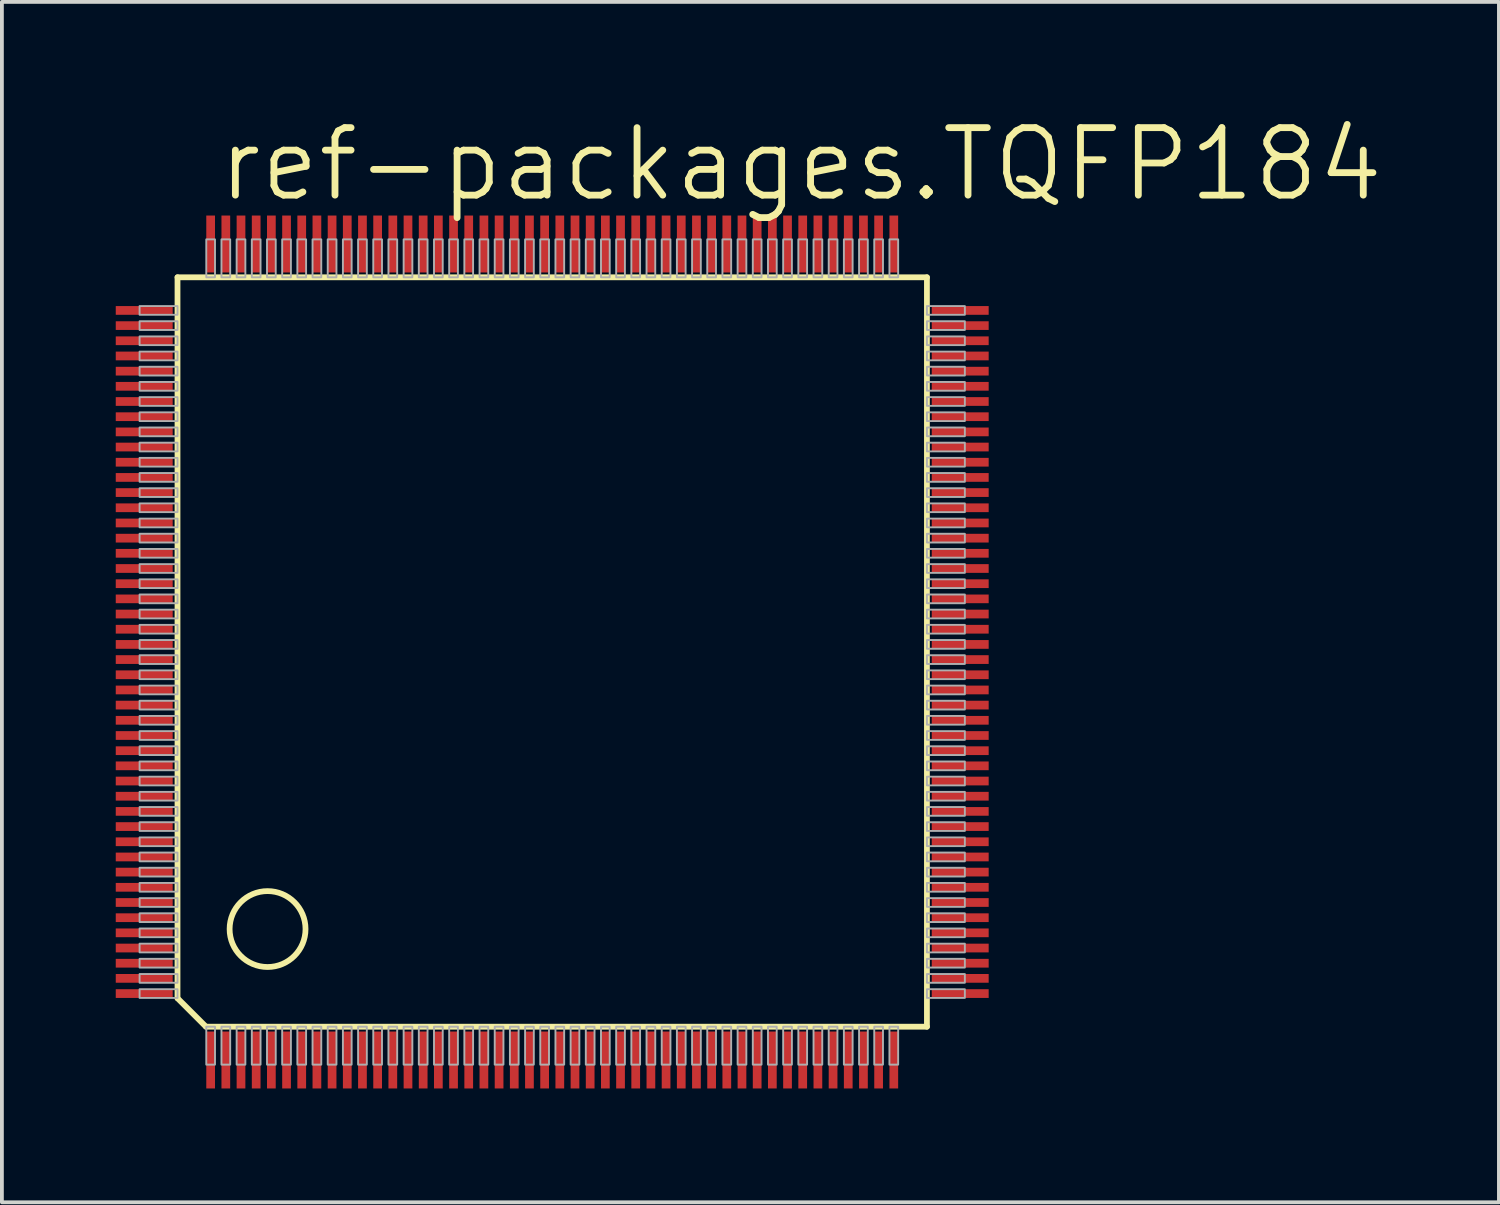
<source format=kicad_pcb>
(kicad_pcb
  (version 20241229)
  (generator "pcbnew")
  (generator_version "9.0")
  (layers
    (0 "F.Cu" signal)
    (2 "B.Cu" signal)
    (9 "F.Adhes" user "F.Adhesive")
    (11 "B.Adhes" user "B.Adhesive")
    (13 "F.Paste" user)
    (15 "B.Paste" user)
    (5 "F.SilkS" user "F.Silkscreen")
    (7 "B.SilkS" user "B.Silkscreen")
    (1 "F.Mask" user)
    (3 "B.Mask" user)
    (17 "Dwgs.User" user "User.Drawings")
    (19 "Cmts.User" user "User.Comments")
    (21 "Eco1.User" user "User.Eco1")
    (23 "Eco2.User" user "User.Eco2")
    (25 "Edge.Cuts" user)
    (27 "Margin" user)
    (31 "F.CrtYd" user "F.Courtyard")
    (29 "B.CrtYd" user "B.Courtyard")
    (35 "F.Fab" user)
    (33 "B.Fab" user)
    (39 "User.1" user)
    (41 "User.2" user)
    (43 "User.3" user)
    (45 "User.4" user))
  (footprint "ref-packages.TQFP184"
    (layer "F.Cu")
    (at 11.5 14.129)
    (property "Reference" "ref-packages.TQFP184" (at -8.89 -11.811 0) (layer "F.SilkS") (effects (font (size 1.778 1.778) (thickness 0.18)) (justify left bottom)))
    (attr smd)
    (fp_line (start -9.873 -9.873) (end 9.873 -9.873) (stroke (width 0.152) (type default)) (layer "F.SilkS"))
    (fp_line (start -9.873 9.123) (end -9.873 -9.873) (stroke (width 0.152) (type default)) (layer "F.SilkS"))
    (fp_line (start -9.123 9.873) (end -9.873 9.123) (stroke (width 0.152) (type default)) (layer "F.SilkS"))
    (fp_line (start 9.873 -9.873) (end 9.873 9.873) (stroke (width 0.152) (type default)) (layer "F.SilkS"))
    (fp_line (start 9.873 9.873) (end -9.123 9.873) (stroke (width 0.152) (type default)) (layer "F.SilkS"))
    (fp_circle (center -7.5 7.3) (end -6.5 7.3) (stroke (width 0.152) (type default)) (fill no) (layer "F.SilkS"))
    (fp_rect (start -10.872 -8.885) (end -9.873 -9.115) (stroke (width 0.05) (type default)) (fill no) (layer "F.Fab"))
    (fp_rect (start -10.872 -8.485) (end -9.873 -8.715) (stroke (width 0.05) (type default)) (fill no) (layer "F.Fab"))
    (fp_rect (start -10.872 -8.085) (end -9.873 -8.315) (stroke (width 0.05) (type default)) (fill no) (layer "F.Fab"))
    (fp_rect (start -10.872 -7.685) (end -9.873 -7.915) (stroke (width 0.05) (type default)) (fill no) (layer "F.Fab"))
    (fp_rect (start -10.872 -7.285) (end -9.873 -7.515) (stroke (width 0.05) (type default)) (fill no) (layer "F.Fab"))
    (fp_rect (start -10.872 -6.885) (end -9.873 -7.115) (stroke (width 0.05) (type default)) (fill no) (layer "F.Fab"))
    (fp_rect (start -10.872 -6.485) (end -9.873 -6.715) (stroke (width 0.05) (type default)) (fill no) (layer "F.Fab"))
    (fp_rect (start -10.872 -6.085) (end -9.873 -6.315) (stroke (width 0.05) (type default)) (fill no) (layer "F.Fab"))
    (fp_rect (start -10.872 -5.685) (end -9.873 -5.915) (stroke (width 0.05) (type default)) (fill no) (layer "F.Fab"))
    (fp_rect (start -10.872 -5.285) (end -9.873 -5.515) (stroke (width 0.05) (type default)) (fill no) (layer "F.Fab"))
    (fp_rect (start -10.872 -4.885) (end -9.873 -5.115) (stroke (width 0.05) (type default)) (fill no) (layer "F.Fab"))
    (fp_rect (start -10.872 -4.485) (end -9.873 -4.715) (stroke (width 0.05) (type default)) (fill no) (layer "F.Fab"))
    (fp_rect (start -10.872 -4.085) (end -9.873 -4.315) (stroke (width 0.05) (type default)) (fill no) (layer "F.Fab"))
    (fp_rect (start -10.872 -3.685) (end -9.873 -3.915) (stroke (width 0.05) (type default)) (fill no) (layer "F.Fab"))
    (fp_rect (start -10.872 -3.285) (end -9.873 -3.515) (stroke (width 0.05) (type default)) (fill no) (layer "F.Fab"))
    (fp_rect (start -10.872 -2.885) (end -9.873 -3.115) (stroke (width 0.05) (type default)) (fill no) (layer "F.Fab"))
    (fp_rect (start -10.872 -2.485) (end -9.873 -2.715) (stroke (width 0.05) (type default)) (fill no) (layer "F.Fab"))
    (fp_rect (start -10.872 -2.085) (end -9.873 -2.315) (stroke (width 0.05) (type default)) (fill no) (layer "F.Fab"))
    (fp_rect (start -10.872 -1.685) (end -9.873 -1.915) (stroke (width 0.05) (type default)) (fill no) (layer "F.Fab"))
    (fp_rect (start -10.872 -1.285) (end -9.873 -1.515) (stroke (width 0.05) (type default)) (fill no) (layer "F.Fab"))
    (fp_rect (start -10.872 -0.885) (end -9.873 -1.115) (stroke (width 0.05) (type default)) (fill no) (layer "F.Fab"))
    (fp_rect (start -10.872 -0.485) (end -9.873 -0.715) (stroke (width 0.05) (type default)) (fill no) (layer "F.Fab"))
    (fp_rect (start -10.872 -0.085) (end -9.873 -0.315) (stroke (width 0.05) (type default)) (fill no) (layer "F.Fab"))
    (fp_rect (start -10.872 0.315) (end -9.873 0.085) (stroke (width 0.05) (type default)) (fill no) (layer "F.Fab"))
    (fp_rect (start -10.872 0.715) (end -9.873 0.485) (stroke (width 0.05) (type default)) (fill no) (layer "F.Fab"))
    (fp_rect (start -10.872 1.115) (end -9.873 0.885) (stroke (width 0.05) (type default)) (fill no) (layer "F.Fab"))
    (fp_rect (start -10.872 1.515) (end -9.873 1.285) (stroke (width 0.05) (type default)) (fill no) (layer "F.Fab"))
    (fp_rect (start -10.872 1.915) (end -9.873 1.685) (stroke (width 0.05) (type default)) (fill no) (layer "F.Fab"))
    (fp_rect (start -10.872 2.315) (end -9.873 2.085) (stroke (width 0.05) (type default)) (fill no) (layer "F.Fab"))
    (fp_rect (start -10.872 2.715) (end -9.873 2.485) (stroke (width 0.05) (type default)) (fill no) (layer "F.Fab"))
    (fp_rect (start -10.872 3.115) (end -9.873 2.885) (stroke (width 0.05) (type default)) (fill no) (layer "F.Fab"))
    (fp_rect (start -10.872 3.515) (end -9.873 3.285) (stroke (width 0.05) (type default)) (fill no) (layer "F.Fab"))
    (fp_rect (start -10.872 3.915) (end -9.873 3.685) (stroke (width 0.05) (type default)) (fill no) (layer "F.Fab"))
    (fp_rect (start -10.872 4.315) (end -9.873 4.085) (stroke (width 0.05) (type default)) (fill no) (layer "F.Fab"))
    (fp_rect (start -10.872 4.715) (end -9.873 4.485) (stroke (width 0.05) (type default)) (fill no) (layer "F.Fab"))
    (fp_rect (start -10.872 5.115) (end -9.873 4.885) (stroke (width 0.05) (type default)) (fill no) (layer "F.Fab"))
    (fp_rect (start -10.872 5.515) (end -9.873 5.285) (stroke (width 0.05) (type default)) (fill no) (layer "F.Fab"))
    (fp_rect (start -10.872 5.915) (end -9.873 5.685) (stroke (width 0.05) (type default)) (fill no) (layer "F.Fab"))
    (fp_rect (start -10.872 6.315) (end -9.873 6.085) (stroke (width 0.05) (type default)) (fill no) (layer "F.Fab"))
    (fp_rect (start -10.872 6.715) (end -9.873 6.485) (stroke (width 0.05) (type default)) (fill no) (layer "F.Fab"))
    (fp_rect (start -10.872 7.115) (end -9.873 6.885) (stroke (width 0.05) (type default)) (fill no) (layer "F.Fab"))
    (fp_rect (start -10.872 7.515) (end -9.873 7.285) (stroke (width 0.05) (type default)) (fill no) (layer "F.Fab"))
    (fp_rect (start -10.872 7.915) (end -9.873 7.685) (stroke (width 0.05) (type default)) (fill no) (layer "F.Fab"))
    (fp_rect (start -10.872 8.315) (end -9.873 8.085) (stroke (width 0.05) (type default)) (fill no) (layer "F.Fab"))
    (fp_rect (start -10.872 8.715) (end -9.873 8.485) (stroke (width 0.05) (type default)) (fill no) (layer "F.Fab"))
    (fp_rect (start -10.872 9.115) (end -9.873 8.885) (stroke (width 0.05) (type default)) (fill no) (layer "F.Fab"))
    (fp_rect (start -9.115 -9.873) (end -8.885 -10.872) (stroke (width 0.05) (type default)) (fill no) (layer "F.Fab"))
    (fp_rect (start -9.115 10.872) (end -8.885 9.873) (stroke (width 0.05) (type default)) (fill no) (layer "F.Fab"))
    (fp_rect (start -8.715 -9.873) (end -8.485 -10.872) (stroke (width 0.05) (type default)) (fill no) (layer "F.Fab"))
    (fp_rect (start -8.715 10.872) (end -8.485 9.873) (stroke (width 0.05) (type default)) (fill no) (layer "F.Fab"))
    (fp_rect (start -8.315 -9.873) (end -8.085 -10.872) (stroke (width 0.05) (type default)) (fill no) (layer "F.Fab"))
    (fp_rect (start -8.315 10.872) (end -8.085 9.873) (stroke (width 0.05) (type default)) (fill no) (layer "F.Fab"))
    (fp_rect (start -7.915 -9.873) (end -7.685 -10.872) (stroke (width 0.05) (type default)) (fill no) (layer "F.Fab"))
    (fp_rect (start -7.915 10.872) (end -7.685 9.873) (stroke (width 0.05) (type default)) (fill no) (layer "F.Fab"))
    (fp_rect (start -7.515 -9.873) (end -7.285 -10.872) (stroke (width 0.05) (type default)) (fill no) (layer "F.Fab"))
    (fp_rect (start -7.515 10.872) (end -7.285 9.873) (stroke (width 0.05) (type default)) (fill no) (layer "F.Fab"))
    (fp_rect (start -7.115 -9.873) (end -6.885 -10.872) (stroke (width 0.05) (type default)) (fill no) (layer "F.Fab"))
    (fp_rect (start -7.115 10.872) (end -6.885 9.873) (stroke (width 0.05) (type default)) (fill no) (layer "F.Fab"))
    (fp_rect (start -6.715 -9.873) (end -6.485 -10.872) (stroke (width 0.05) (type default)) (fill no) (layer "F.Fab"))
    (fp_rect (start -6.715 10.872) (end -6.485 9.873) (stroke (width 0.05) (type default)) (fill no) (layer "F.Fab"))
    (fp_rect (start -6.315 -9.873) (end -6.085 -10.872) (stroke (width 0.05) (type default)) (fill no) (layer "F.Fab"))
    (fp_rect (start -6.315 10.872) (end -6.085 9.873) (stroke (width 0.05) (type default)) (fill no) (layer "F.Fab"))
    (fp_rect (start -5.915 -9.873) (end -5.685 -10.872) (stroke (width 0.05) (type default)) (fill no) (layer "F.Fab"))
    (fp_rect (start -5.915 10.872) (end -5.685 9.873) (stroke (width 0.05) (type default)) (fill no) (layer "F.Fab"))
    (fp_rect (start -5.515 -9.873) (end -5.285 -10.872) (stroke (width 0.05) (type default)) (fill no) (layer "F.Fab"))
    (fp_rect (start -5.515 10.872) (end -5.285 9.873) (stroke (width 0.05) (type default)) (fill no) (layer "F.Fab"))
    (fp_rect (start -5.115 -9.873) (end -4.885 -10.872) (stroke (width 0.05) (type default)) (fill no) (layer "F.Fab"))
    (fp_rect (start -5.115 10.872) (end -4.885 9.873) (stroke (width 0.05) (type default)) (fill no) (layer "F.Fab"))
    (fp_rect (start -4.715 -9.873) (end -4.485 -10.872) (stroke (width 0.05) (type default)) (fill no) (layer "F.Fab"))
    (fp_rect (start -4.715 10.872) (end -4.485 9.873) (stroke (width 0.05) (type default)) (fill no) (layer "F.Fab"))
    (fp_rect (start -4.315 -9.873) (end -4.085 -10.872) (stroke (width 0.05) (type default)) (fill no) (layer "F.Fab"))
    (fp_rect (start -4.315 10.872) (end -4.085 9.873) (stroke (width 0.05) (type default)) (fill no) (layer "F.Fab"))
    (fp_rect (start -3.915 -9.873) (end -3.685 -10.872) (stroke (width 0.05) (type default)) (fill no) (layer "F.Fab"))
    (fp_rect (start -3.915 10.872) (end -3.685 9.873) (stroke (width 0.05) (type default)) (fill no) (layer "F.Fab"))
    (fp_rect (start -3.515 -9.873) (end -3.285 -10.872) (stroke (width 0.05) (type default)) (fill no) (layer "F.Fab"))
    (fp_rect (start -3.515 10.872) (end -3.285 9.873) (stroke (width 0.05) (type default)) (fill no) (layer "F.Fab"))
    (fp_rect (start -3.115 -9.873) (end -2.885 -10.872) (stroke (width 0.05) (type default)) (fill no) (layer "F.Fab"))
    (fp_rect (start -3.115 10.872) (end -2.885 9.873) (stroke (width 0.05) (type default)) (fill no) (layer "F.Fab"))
    (fp_rect (start -2.715 -9.873) (end -2.485 -10.872) (stroke (width 0.05) (type default)) (fill no) (layer "F.Fab"))
    (fp_rect (start -2.715 10.872) (end -2.485 9.873) (stroke (width 0.05) (type default)) (fill no) (layer "F.Fab"))
    (fp_rect (start -2.315 -9.873) (end -2.085 -10.872) (stroke (width 0.05) (type default)) (fill no) (layer "F.Fab"))
    (fp_rect (start -2.315 10.872) (end -2.085 9.873) (stroke (width 0.05) (type default)) (fill no) (layer "F.Fab"))
    (fp_rect (start -1.915 -9.873) (end -1.685 -10.872) (stroke (width 0.05) (type default)) (fill no) (layer "F.Fab"))
    (fp_rect (start -1.915 10.872) (end -1.685 9.873) (stroke (width 0.05) (type default)) (fill no) (layer "F.Fab"))
    (fp_rect (start -1.515 -9.873) (end -1.285 -10.872) (stroke (width 0.05) (type default)) (fill no) (layer "F.Fab"))
    (fp_rect (start -1.515 10.872) (end -1.285 9.873) (stroke (width 0.05) (type default)) (fill no) (layer "F.Fab"))
    (fp_rect (start -1.115 -9.873) (end -0.885 -10.872) (stroke (width 0.05) (type default)) (fill no) (layer "F.Fab"))
    (fp_rect (start -1.115 10.872) (end -0.885 9.873) (stroke (width 0.05) (type default)) (fill no) (layer "F.Fab"))
    (fp_rect (start -0.715 -9.873) (end -0.485 -10.872) (stroke (width 0.05) (type default)) (fill no) (layer "F.Fab"))
    (fp_rect (start -0.715 10.872) (end -0.485 9.873) (stroke (width 0.05) (type default)) (fill no) (layer "F.Fab"))
    (fp_rect (start -0.315 -9.873) (end -0.085 -10.872) (stroke (width 0.05) (type default)) (fill no) (layer "F.Fab"))
    (fp_rect (start -0.315 10.872) (end -0.085 9.873) (stroke (width 0.05) (type default)) (fill no) (layer "F.Fab"))
    (fp_rect (start 0.085 -9.873) (end 0.315 -10.872) (stroke (width 0.05) (type default)) (fill no) (layer "F.Fab"))
    (fp_rect (start 0.085 10.872) (end 0.315 9.873) (stroke (width 0.05) (type default)) (fill no) (layer "F.Fab"))
    (fp_rect (start 0.485 -9.873) (end 0.715 -10.872) (stroke (width 0.05) (type default)) (fill no) (layer "F.Fab"))
    (fp_rect (start 0.485 10.872) (end 0.715 9.873) (stroke (width 0.05) (type default)) (fill no) (layer "F.Fab"))
    (fp_rect (start 0.885 -9.873) (end 1.115 -10.872) (stroke (width 0.05) (type default)) (fill no) (layer "F.Fab"))
    (fp_rect (start 0.885 10.872) (end 1.115 9.873) (stroke (width 0.05) (type default)) (fill no) (layer "F.Fab"))
    (fp_rect (start 1.285 -9.873) (end 1.515 -10.872) (stroke (width 0.05) (type default)) (fill no) (layer "F.Fab"))
    (fp_rect (start 1.285 10.872) (end 1.515 9.873) (stroke (width 0.05) (type default)) (fill no) (layer "F.Fab"))
    (fp_rect (start 1.685 -9.873) (end 1.915 -10.872) (stroke (width 0.05) (type default)) (fill no) (layer "F.Fab"))
    (fp_rect (start 1.685 10.872) (end 1.915 9.873) (stroke (width 0.05) (type default)) (fill no) (layer "F.Fab"))
    (fp_rect (start 2.085 -9.873) (end 2.315 -10.872) (stroke (width 0.05) (type default)) (fill no) (layer "F.Fab"))
    (fp_rect (start 2.085 10.872) (end 2.315 9.873) (stroke (width 0.05) (type default)) (fill no) (layer "F.Fab"))
    (fp_rect (start 2.485 -9.873) (end 2.715 -10.872) (stroke (width 0.05) (type default)) (fill no) (layer "F.Fab"))
    (fp_rect (start 2.485 10.872) (end 2.715 9.873) (stroke (width 0.05) (type default)) (fill no) (layer "F.Fab"))
    (fp_rect (start 2.885 -9.873) (end 3.115 -10.872) (stroke (width 0.05) (type default)) (fill no) (layer "F.Fab"))
    (fp_rect (start 2.885 10.872) (end 3.115 9.873) (stroke (width 0.05) (type default)) (fill no) (layer "F.Fab"))
    (fp_rect (start 3.285 -9.873) (end 3.515 -10.872) (stroke (width 0.05) (type default)) (fill no) (layer "F.Fab"))
    (fp_rect (start 3.285 10.872) (end 3.515 9.873) (stroke (width 0.05) (type default)) (fill no) (layer "F.Fab"))
    (fp_rect (start 3.685 -9.873) (end 3.915 -10.872) (stroke (width 0.05) (type default)) (fill no) (layer "F.Fab"))
    (fp_rect (start 3.685 10.872) (end 3.915 9.873) (stroke (width 0.05) (type default)) (fill no) (layer "F.Fab"))
    (fp_rect (start 4.085 -9.873) (end 4.315 -10.872) (stroke (width 0.05) (type default)) (fill no) (layer "F.Fab"))
    (fp_rect (start 4.085 10.872) (end 4.315 9.873) (stroke (width 0.05) (type default)) (fill no) (layer "F.Fab"))
    (fp_rect (start 4.485 -9.873) (end 4.715 -10.872) (stroke (width 0.05) (type default)) (fill no) (layer "F.Fab"))
    (fp_rect (start 4.485 10.872) (end 4.715 9.873) (stroke (width 0.05) (type default)) (fill no) (layer "F.Fab"))
    (fp_rect (start 4.885 -9.873) (end 5.115 -10.872) (stroke (width 0.05) (type default)) (fill no) (layer "F.Fab"))
    (fp_rect (start 4.885 10.872) (end 5.115 9.873) (stroke (width 0.05) (type default)) (fill no) (layer "F.Fab"))
    (fp_rect (start 5.285 -9.873) (end 5.515 -10.872) (stroke (width 0.05) (type default)) (fill no) (layer "F.Fab"))
    (fp_rect (start 5.285 10.872) (end 5.515 9.873) (stroke (width 0.05) (type default)) (fill no) (layer "F.Fab"))
    (fp_rect (start 5.685 -9.873) (end 5.915 -10.872) (stroke (width 0.05) (type default)) (fill no) (layer "F.Fab"))
    (fp_rect (start 5.685 10.872) (end 5.915 9.873) (stroke (width 0.05) (type default)) (fill no) (layer "F.Fab"))
    (fp_rect (start 6.085 -9.873) (end 6.315 -10.872) (stroke (width 0.05) (type default)) (fill no) (layer "F.Fab"))
    (fp_rect (start 6.085 10.872) (end 6.315 9.873) (stroke (width 0.05) (type default)) (fill no) (layer "F.Fab"))
    (fp_rect (start 6.485 -9.873) (end 6.715 -10.872) (stroke (width 0.05) (type default)) (fill no) (layer "F.Fab"))
    (fp_rect (start 6.485 10.872) (end 6.715 9.873) (stroke (width 0.05) (type default)) (fill no) (layer "F.Fab"))
    (fp_rect (start 6.885 -9.873) (end 7.115 -10.872) (stroke (width 0.05) (type default)) (fill no) (layer "F.Fab"))
    (fp_rect (start 6.885 10.872) (end 7.115 9.873) (stroke (width 0.05) (type default)) (fill no) (layer "F.Fab"))
    (fp_rect (start 7.285 -9.873) (end 7.515 -10.872) (stroke (width 0.05) (type default)) (fill no) (layer "F.Fab"))
    (fp_rect (start 7.285 10.872) (end 7.515 9.873) (stroke (width 0.05) (type default)) (fill no) (layer "F.Fab"))
    (fp_rect (start 7.685 -9.873) (end 7.915 -10.872) (stroke (width 0.05) (type default)) (fill no) (layer "F.Fab"))
    (fp_rect (start 7.685 10.872) (end 7.915 9.873) (stroke (width 0.05) (type default)) (fill no) (layer "F.Fab"))
    (fp_rect (start 8.085 -9.873) (end 8.315 -10.872) (stroke (width 0.05) (type default)) (fill no) (layer "F.Fab"))
    (fp_rect (start 8.085 10.872) (end 8.315 9.873) (stroke (width 0.05) (type default)) (fill no) (layer "F.Fab"))
    (fp_rect (start 8.485 -9.873) (end 8.715 -10.872) (stroke (width 0.05) (type default)) (fill no) (layer "F.Fab"))
    (fp_rect (start 8.485 10.872) (end 8.715 9.873) (stroke (width 0.05) (type default)) (fill no) (layer "F.Fab"))
    (fp_rect (start 8.885 -9.873) (end 9.115 -10.872) (stroke (width 0.05) (type default)) (fill no) (layer "F.Fab"))
    (fp_rect (start 8.885 10.872) (end 9.115 9.873) (stroke (width 0.05) (type default)) (fill no) (layer "F.Fab"))
    (fp_rect (start 9.873 -8.885) (end 10.872 -9.115) (stroke (width 0.05) (type default)) (fill no) (layer "F.Fab"))
    (fp_rect (start 9.873 -8.485) (end 10.872 -8.715) (stroke (width 0.05) (type default)) (fill no) (layer "F.Fab"))
    (fp_rect (start 9.873 -8.085) (end 10.872 -8.315) (stroke (width 0.05) (type default)) (fill no) (layer "F.Fab"))
    (fp_rect (start 9.873 -7.685) (end 10.872 -7.915) (stroke (width 0.05) (type default)) (fill no) (layer "F.Fab"))
    (fp_rect (start 9.873 -7.285) (end 10.872 -7.515) (stroke (width 0.05) (type default)) (fill no) (layer "F.Fab"))
    (fp_rect (start 9.873 -6.885) (end 10.872 -7.115) (stroke (width 0.05) (type default)) (fill no) (layer "F.Fab"))
    (fp_rect (start 9.873 -6.485) (end 10.872 -6.715) (stroke (width 0.05) (type default)) (fill no) (layer "F.Fab"))
    (fp_rect (start 9.873 -6.085) (end 10.872 -6.315) (stroke (width 0.05) (type default)) (fill no) (layer "F.Fab"))
    (fp_rect (start 9.873 -5.685) (end 10.872 -5.915) (stroke (width 0.05) (type default)) (fill no) (layer "F.Fab"))
    (fp_rect (start 9.873 -5.285) (end 10.872 -5.515) (stroke (width 0.05) (type default)) (fill no) (layer "F.Fab"))
    (fp_rect (start 9.873 -4.885) (end 10.872 -5.115) (stroke (width 0.05) (type default)) (fill no) (layer "F.Fab"))
    (fp_rect (start 9.873 -4.485) (end 10.872 -4.715) (stroke (width 0.05) (type default)) (fill no) (layer "F.Fab"))
    (fp_rect (start 9.873 -4.085) (end 10.872 -4.315) (stroke (width 0.05) (type default)) (fill no) (layer "F.Fab"))
    (fp_rect (start 9.873 -3.685) (end 10.872 -3.915) (stroke (width 0.05) (type default)) (fill no) (layer "F.Fab"))
    (fp_rect (start 9.873 -3.285) (end 10.872 -3.515) (stroke (width 0.05) (type default)) (fill no) (layer "F.Fab"))
    (fp_rect (start 9.873 -2.885) (end 10.872 -3.115) (stroke (width 0.05) (type default)) (fill no) (layer "F.Fab"))
    (fp_rect (start 9.873 -2.485) (end 10.872 -2.715) (stroke (width 0.05) (type default)) (fill no) (layer "F.Fab"))
    (fp_rect (start 9.873 -2.085) (end 10.872 -2.315) (stroke (width 0.05) (type default)) (fill no) (layer "F.Fab"))
    (fp_rect (start 9.873 -1.685) (end 10.872 -1.915) (stroke (width 0.05) (type default)) (fill no) (layer "F.Fab"))
    (fp_rect (start 9.873 -1.285) (end 10.872 -1.515) (stroke (width 0.05) (type default)) (fill no) (layer "F.Fab"))
    (fp_rect (start 9.873 -0.885) (end 10.872 -1.115) (stroke (width 0.05) (type default)) (fill no) (layer "F.Fab"))
    (fp_rect (start 9.873 -0.485) (end 10.872 -0.715) (stroke (width 0.05) (type default)) (fill no) (layer "F.Fab"))
    (fp_rect (start 9.873 -0.085) (end 10.872 -0.315) (stroke (width 0.05) (type default)) (fill no) (layer "F.Fab"))
    (fp_rect (start 9.873 0.315) (end 10.872 0.085) (stroke (width 0.05) (type default)) (fill no) (layer "F.Fab"))
    (fp_rect (start 9.873 0.715) (end 10.872 0.485) (stroke (width 0.05) (type default)) (fill no) (layer "F.Fab"))
    (fp_rect (start 9.873 1.115) (end 10.872 0.885) (stroke (width 0.05) (type default)) (fill no) (layer "F.Fab"))
    (fp_rect (start 9.873 1.515) (end 10.872 1.285) (stroke (width 0.05) (type default)) (fill no) (layer "F.Fab"))
    (fp_rect (start 9.873 1.915) (end 10.872 1.685) (stroke (width 0.05) (type default)) (fill no) (layer "F.Fab"))
    (fp_rect (start 9.873 2.315) (end 10.872 2.085) (stroke (width 0.05) (type default)) (fill no) (layer "F.Fab"))
    (fp_rect (start 9.873 2.715) (end 10.872 2.485) (stroke (width 0.05) (type default)) (fill no) (layer "F.Fab"))
    (fp_rect (start 9.873 3.115) (end 10.872 2.885) (stroke (width 0.05) (type default)) (fill no) (layer "F.Fab"))
    (fp_rect (start 9.873 3.515) (end 10.872 3.285) (stroke (width 0.05) (type default)) (fill no) (layer "F.Fab"))
    (fp_rect (start 9.873 3.915) (end 10.872 3.685) (stroke (width 0.05) (type default)) (fill no) (layer "F.Fab"))
    (fp_rect (start 9.873 4.315) (end 10.872 4.085) (stroke (width 0.05) (type default)) (fill no) (layer "F.Fab"))
    (fp_rect (start 9.873 4.715) (end 10.872 4.485) (stroke (width 0.05) (type default)) (fill no) (layer "F.Fab"))
    (fp_rect (start 9.873 5.115) (end 10.872 4.885) (stroke (width 0.05) (type default)) (fill no) (layer "F.Fab"))
    (fp_rect (start 9.873 5.515) (end 10.872 5.285) (stroke (width 0.05) (type default)) (fill no) (layer "F.Fab"))
    (fp_rect (start 9.873 5.915) (end 10.872 5.685) (stroke (width 0.05) (type default)) (fill no) (layer "F.Fab"))
    (fp_rect (start 9.873 6.315) (end 10.872 6.085) (stroke (width 0.05) (type default)) (fill no) (layer "F.Fab"))
    (fp_rect (start 9.873 6.715) (end 10.872 6.485) (stroke (width 0.05) (type default)) (fill no) (layer "F.Fab"))
    (fp_rect (start 9.873 7.115) (end 10.872 6.885) (stroke (width 0.05) (type default)) (fill no) (layer "F.Fab"))
    (fp_rect (start 9.873 7.515) (end 10.872 7.285) (stroke (width 0.05) (type default)) (fill no) (layer "F.Fab"))
    (fp_rect (start 9.873 7.915) (end 10.872 7.685) (stroke (width 0.05) (type default)) (fill no) (layer "F.Fab"))
    (fp_rect (start 9.873 8.315) (end 10.872 8.085) (stroke (width 0.05) (type default)) (fill no) (layer "F.Fab"))
    (fp_rect (start 9.873 8.715) (end 10.872 8.485) (stroke (width 0.05) (type default)) (fill no) (layer "F.Fab"))
    (fp_rect (start 9.873 9.115) (end 10.872 8.885) (stroke (width 0.05) (type default)) (fill no) (layer "F.Fab"))
    (pad "1" smd roundrect (at -9 10.75) (size 0.23 1.5) (layers "F.Cu" "F.Mask" "F.Paste") (roundrect_rratio 0.01))
    (pad "2" smd roundrect (at -8.6 10.75) (size 0.23 1.5) (layers "F.Cu" "F.Mask" "F.Paste") (roundrect_rratio 0.01))
    (pad "3" smd roundrect (at -8.2 10.75) (size 0.23 1.5) (layers "F.Cu" "F.Mask" "F.Paste") (roundrect_rratio 0.01))
    (pad "4" smd roundrect (at -7.8 10.75) (size 0.23 1.5) (layers "F.Cu" "F.Mask" "F.Paste") (roundrect_rratio 0.01))
    (pad "5" smd roundrect (at -7.4 10.75) (size 0.23 1.5) (layers "F.Cu" "F.Mask" "F.Paste") (roundrect_rratio 0.01))
    (pad "6" smd roundrect (at -7 10.75) (size 0.23 1.5) (layers "F.Cu" "F.Mask" "F.Paste") (roundrect_rratio 0.01))
    (pad "7" smd roundrect (at -6.6 10.75) (size 0.23 1.5) (layers "F.Cu" "F.Mask" "F.Paste") (roundrect_rratio 0.01))
    (pad "8" smd roundrect (at -6.2 10.75) (size 0.23 1.5) (layers "F.Cu" "F.Mask" "F.Paste") (roundrect_rratio 0.01))
    (pad "9" smd roundrect (at -5.8 10.75) (size 0.23 1.5) (layers "F.Cu" "F.Mask" "F.Paste") (roundrect_rratio 0.01))
    (pad "10" smd roundrect (at -5.4 10.75) (size 0.23 1.5) (layers "F.Cu" "F.Mask" "F.Paste") (roundrect_rratio 0.01))
    (pad "11" smd roundrect (at -5 10.75) (size 0.23 1.5) (layers "F.Cu" "F.Mask" "F.Paste") (roundrect_rratio 0.01))
    (pad "12" smd roundrect (at -4.6 10.75) (size 0.23 1.5) (layers "F.Cu" "F.Mask" "F.Paste") (roundrect_rratio 0.01))
    (pad "13" smd roundrect (at -4.2 10.75) (size 0.23 1.5) (layers "F.Cu" "F.Mask" "F.Paste") (roundrect_rratio 0.01))
    (pad "14" smd roundrect (at -3.8 10.75) (size 0.23 1.5) (layers "F.Cu" "F.Mask" "F.Paste") (roundrect_rratio 0.01))
    (pad "15" smd roundrect (at -3.4 10.75) (size 0.23 1.5) (layers "F.Cu" "F.Mask" "F.Paste") (roundrect_rratio 0.01))
    (pad "16" smd roundrect (at -3 10.75) (size 0.23 1.5) (layers "F.Cu" "F.Mask" "F.Paste") (roundrect_rratio 0.01))
    (pad "17" smd roundrect (at -2.6 10.75) (size 0.23 1.5) (layers "F.Cu" "F.Mask" "F.Paste") (roundrect_rratio 0.01))
    (pad "18" smd roundrect (at -2.2 10.75) (size 0.23 1.5) (layers "F.Cu" "F.Mask" "F.Paste") (roundrect_rratio 0.01))
    (pad "19" smd roundrect (at -1.8 10.75) (size 0.23 1.5) (layers "F.Cu" "F.Mask" "F.Paste") (roundrect_rratio 0.01))
    (pad "20" smd roundrect (at -1.4 10.75) (size 0.23 1.5) (layers "F.Cu" "F.Mask" "F.Paste") (roundrect_rratio 0.01))
    (pad "21" smd roundrect (at -1 10.75) (size 0.23 1.5) (layers "F.Cu" "F.Mask" "F.Paste") (roundrect_rratio 0.01))
    (pad "22" smd roundrect (at -0.6 10.75) (size 0.23 1.5) (layers "F.Cu" "F.Mask" "F.Paste") (roundrect_rratio 0.01))
    (pad "23" smd roundrect (at -0.2 10.75) (size 0.23 1.5) (layers "F.Cu" "F.Mask" "F.Paste") (roundrect_rratio 0.01))
    (pad "24" smd roundrect (at 0.2 10.75) (size 0.23 1.5) (layers "F.Cu" "F.Mask" "F.Paste") (roundrect_rratio 0.01))
    (pad "25" smd roundrect (at 0.6 10.75) (size 0.23 1.5) (layers "F.Cu" "F.Mask" "F.Paste") (roundrect_rratio 0.01))
    (pad "26" smd roundrect (at 1 10.75) (size 0.23 1.5) (layers "F.Cu" "F.Mask" "F.Paste") (roundrect_rratio 0.01))
    (pad "27" smd roundrect (at 1.4 10.75) (size 0.23 1.5) (layers "F.Cu" "F.Mask" "F.Paste") (roundrect_rratio 0.01))
    (pad "28" smd roundrect (at 1.8 10.75) (size 0.23 1.5) (layers "F.Cu" "F.Mask" "F.Paste") (roundrect_rratio 0.01))
    (pad "29" smd roundrect (at 2.2 10.75) (size 0.23 1.5) (layers "F.Cu" "F.Mask" "F.Paste") (roundrect_rratio 0.01))
    (pad "30" smd roundrect (at 2.6 10.75) (size 0.23 1.5) (layers "F.Cu" "F.Mask" "F.Paste") (roundrect_rratio 0.01))
    (pad "31" smd roundrect (at 3 10.75) (size 0.23 1.5) (layers "F.Cu" "F.Mask" "F.Paste") (roundrect_rratio 0.01))
    (pad "32" smd roundrect (at 3.4 10.75) (size 0.23 1.5) (layers "F.Cu" "F.Mask" "F.Paste") (roundrect_rratio 0.01))
    (pad "33" smd roundrect (at 3.8 10.75) (size 0.23 1.5) (layers "F.Cu" "F.Mask" "F.Paste") (roundrect_rratio 0.01))
    (pad "34" smd roundrect (at 4.2 10.75) (size 0.23 1.5) (layers "F.Cu" "F.Mask" "F.Paste") (roundrect_rratio 0.01))
    (pad "35" smd roundrect (at 4.6 10.75) (size 0.23 1.5) (layers "F.Cu" "F.Mask" "F.Paste") (roundrect_rratio 0.01))
    (pad "36" smd roundrect (at 5 10.75) (size 0.23 1.5) (layers "F.Cu" "F.Mask" "F.Paste") (roundrect_rratio 0.01))
    (pad "37" smd roundrect (at 5.4 10.75) (size 0.23 1.5) (layers "F.Cu" "F.Mask" "F.Paste") (roundrect_rratio 0.01))
    (pad "38" smd roundrect (at 5.8 10.75) (size 0.23 1.5) (layers "F.Cu" "F.Mask" "F.Paste") (roundrect_rratio 0.01))
    (pad "39" smd roundrect (at 6.2 10.75) (size 0.23 1.5) (layers "F.Cu" "F.Mask" "F.Paste") (roundrect_rratio 0.01))
    (pad "40" smd roundrect (at 6.6 10.75) (size 0.23 1.5) (layers "F.Cu" "F.Mask" "F.Paste") (roundrect_rratio 0.01))
    (pad "41" smd roundrect (at 7 10.75) (size 0.23 1.5) (layers "F.Cu" "F.Mask" "F.Paste") (roundrect_rratio 0.01))
    (pad "42" smd roundrect (at 7.4 10.75) (size 0.23 1.5) (layers "F.Cu" "F.Mask" "F.Paste") (roundrect_rratio 0.01))
    (pad "43" smd roundrect (at 7.8 10.75) (size 0.23 1.5) (layers "F.Cu" "F.Mask" "F.Paste") (roundrect_rratio 0.01))
    (pad "44" smd roundrect (at 8.2 10.75) (size 0.23 1.5) (layers "F.Cu" "F.Mask" "F.Paste") (roundrect_rratio 0.01))
    (pad "45" smd roundrect (at 8.6 10.75) (size 0.23 1.5) (layers "F.Cu" "F.Mask" "F.Paste") (roundrect_rratio 0.01))
    (pad "46" smd roundrect (at 9 10.75) (size 0.23 1.5) (layers "F.Cu" "F.Mask" "F.Paste") (roundrect_rratio 0.01))
    (pad "47" smd roundrect (at 10.75 9) (size 1.5 0.23) (layers "F.Cu" "F.Mask" "F.Paste") (roundrect_rratio 0.01))
    (pad "48" smd roundrect (at 10.75 8.6) (size 1.5 0.23) (layers "F.Cu" "F.Mask" "F.Paste") (roundrect_rratio 0.01))
    (pad "49" smd roundrect (at 10.75 8.2) (size 1.5 0.23) (layers "F.Cu" "F.Mask" "F.Paste") (roundrect_rratio 0.01))
    (pad "50" smd roundrect (at 10.75 7.8) (size 1.5 0.23) (layers "F.Cu" "F.Mask" "F.Paste") (roundrect_rratio 0.01))
    (pad "51" smd roundrect (at 10.75 7.4) (size 1.5 0.23) (layers "F.Cu" "F.Mask" "F.Paste") (roundrect_rratio 0.01))
    (pad "52" smd roundrect (at 10.75 7) (size 1.5 0.23) (layers "F.Cu" "F.Mask" "F.Paste") (roundrect_rratio 0.01))
    (pad "53" smd roundrect (at 10.75 6.6) (size 1.5 0.23) (layers "F.Cu" "F.Mask" "F.Paste") (roundrect_rratio 0.01))
    (pad "54" smd roundrect (at 10.75 6.2) (size 1.5 0.23) (layers "F.Cu" "F.Mask" "F.Paste") (roundrect_rratio 0.01))
    (pad "55" smd roundrect (at 10.75 5.8) (size 1.5 0.23) (layers "F.Cu" "F.Mask" "F.Paste") (roundrect_rratio 0.01))
    (pad "56" smd roundrect (at 10.75 5.4) (size 1.5 0.23) (layers "F.Cu" "F.Mask" "F.Paste") (roundrect_rratio 0.01))
    (pad "57" smd roundrect (at 10.75 5) (size 1.5 0.23) (layers "F.Cu" "F.Mask" "F.Paste") (roundrect_rratio 0.01))
    (pad "58" smd roundrect (at 10.75 4.6) (size 1.5 0.23) (layers "F.Cu" "F.Mask" "F.Paste") (roundrect_rratio 0.01))
    (pad "59" smd roundrect (at 10.75 4.2) (size 1.5 0.23) (layers "F.Cu" "F.Mask" "F.Paste") (roundrect_rratio 0.01))
    (pad "60" smd roundrect (at 10.75 3.8) (size 1.5 0.23) (layers "F.Cu" "F.Mask" "F.Paste") (roundrect_rratio 0.01))
    (pad "61" smd roundrect (at 10.75 3.4) (size 1.5 0.23) (layers "F.Cu" "F.Mask" "F.Paste") (roundrect_rratio 0.01))
    (pad "62" smd roundrect (at 10.75 3) (size 1.5 0.23) (layers "F.Cu" "F.Mask" "F.Paste") (roundrect_rratio 0.01))
    (pad "63" smd roundrect (at 10.75 2.6) (size 1.5 0.23) (layers "F.Cu" "F.Mask" "F.Paste") (roundrect_rratio 0.01))
    (pad "64" smd roundrect (at 10.75 2.2) (size 1.5 0.23) (layers "F.Cu" "F.Mask" "F.Paste") (roundrect_rratio 0.01))
    (pad "65" smd roundrect (at 10.75 1.8) (size 1.5 0.23) (layers "F.Cu" "F.Mask" "F.Paste") (roundrect_rratio 0.01))
    (pad "66" smd roundrect (at 10.75 1.4) (size 1.5 0.23) (layers "F.Cu" "F.Mask" "F.Paste") (roundrect_rratio 0.01))
    (pad "67" smd roundrect (at 10.75 1) (size 1.5 0.23) (layers "F.Cu" "F.Mask" "F.Paste") (roundrect_rratio 0.01))
    (pad "68" smd roundrect (at 10.75 0.6) (size 1.5 0.23) (layers "F.Cu" "F.Mask" "F.Paste") (roundrect_rratio 0.01))
    (pad "69" smd roundrect (at 10.75 0.2) (size 1.5 0.23) (layers "F.Cu" "F.Mask" "F.Paste") (roundrect_rratio 0.01))
    (pad "70" smd roundrect (at 10.75 -0.2) (size 1.5 0.23) (layers "F.Cu" "F.Mask" "F.Paste") (roundrect_rratio 0.01))
    (pad "71" smd roundrect (at 10.75 -0.6) (size 1.5 0.23) (layers "F.Cu" "F.Mask" "F.Paste") (roundrect_rratio 0.01))
    (pad "72" smd roundrect (at 10.75 -1) (size 1.5 0.23) (layers "F.Cu" "F.Mask" "F.Paste") (roundrect_rratio 0.01))
    (pad "73" smd roundrect (at 10.75 -1.8) (size 1.5 0.23) (layers "F.Cu" "F.Mask" "F.Paste") (roundrect_rratio 0.01))
    (pad "74" smd roundrect (at 10.75 -1.4) (size 1.5 0.23) (layers "F.Cu" "F.Mask" "F.Paste") (roundrect_rratio 0.01))
    (pad "75" smd roundrect (at 10.75 -2.2) (size 1.5 0.23) (layers "F.Cu" "F.Mask" "F.Paste") (roundrect_rratio 0.01))
    (pad "76" smd roundrect (at 10.75 -2.6) (size 1.5 0.23) (layers "F.Cu" "F.Mask" "F.Paste") (roundrect_rratio 0.01))
    (pad "77" smd roundrect (at 10.75 -3) (size 1.5 0.23) (layers "F.Cu" "F.Mask" "F.Paste") (roundrect_rratio 0.01))
    (pad "78" smd roundrect (at 10.75 -3.4) (size 1.5 0.23) (layers "F.Cu" "F.Mask" "F.Paste") (roundrect_rratio 0.01))
    (pad "79" smd roundrect (at 10.75 -3.8) (size 1.5 0.23) (layers "F.Cu" "F.Mask" "F.Paste") (roundrect_rratio 0.01))
    (pad "80" smd roundrect (at 10.75 -4.2) (size 1.5 0.23) (layers "F.Cu" "F.Mask" "F.Paste") (roundrect_rratio 0.01))
    (pad "81" smd roundrect (at 10.75 -4.6) (size 1.5 0.23) (layers "F.Cu" "F.Mask" "F.Paste") (roundrect_rratio 0.01))
    (pad "82" smd roundrect (at 10.75 -5) (size 1.5 0.23) (layers "F.Cu" "F.Mask" "F.Paste") (roundrect_rratio 0.01))
    (pad "83" smd roundrect (at 10.75 -5.4) (size 1.5 0.23) (layers "F.Cu" "F.Mask" "F.Paste") (roundrect_rratio 0.01))
    (pad "84" smd roundrect (at 10.75 -5.8) (size 1.5 0.23) (layers "F.Cu" "F.Mask" "F.Paste") (roundrect_rratio 0.01))
    (pad "85" smd roundrect (at 10.75 -6.2) (size 1.5 0.23) (layers "F.Cu" "F.Mask" "F.Paste") (roundrect_rratio 0.01))
    (pad "86" smd roundrect (at 10.75 -6.6) (size 1.5 0.23) (layers "F.Cu" "F.Mask" "F.Paste") (roundrect_rratio 0.01))
    (pad "87" smd roundrect (at 10.75 -7) (size 1.5 0.23) (layers "F.Cu" "F.Mask" "F.Paste") (roundrect_rratio 0.01))
    (pad "88" smd roundrect (at 10.75 -7.4) (size 1.5 0.23) (layers "F.Cu" "F.Mask" "F.Paste") (roundrect_rratio 0.01))
    (pad "89" smd roundrect (at 10.75 -7.8) (size 1.5 0.23) (layers "F.Cu" "F.Mask" "F.Paste") (roundrect_rratio 0.01))
    (pad "90" smd roundrect (at 10.75 -8.2) (size 1.5 0.23) (layers "F.Cu" "F.Mask" "F.Paste") (roundrect_rratio 0.01))
    (pad "91" smd roundrect (at 10.75 -8.6) (size 1.5 0.23) (layers "F.Cu" "F.Mask" "F.Paste") (roundrect_rratio 0.01))
    (pad "92" smd roundrect (at 10.75 -9) (size 1.5 0.23) (layers "F.Cu" "F.Mask" "F.Paste") (roundrect_rratio 0.01))
    (pad "93" smd roundrect (at 9 -10.75) (size 0.23 1.5) (layers "F.Cu" "F.Mask" "F.Paste") (roundrect_rratio 0.01))
    (pad "94" smd roundrect (at 8.6 -10.75) (size 0.23 1.5) (layers "F.Cu" "F.Mask" "F.Paste") (roundrect_rratio 0.01))
    (pad "95" smd roundrect (at 8.2 -10.75) (size 0.23 1.5) (layers "F.Cu" "F.Mask" "F.Paste") (roundrect_rratio 0.01))
    (pad "96" smd roundrect (at 7.8 -10.75) (size 0.23 1.5) (layers "F.Cu" "F.Mask" "F.Paste") (roundrect_rratio 0.01))
    (pad "97" smd roundrect (at 7.4 -10.75) (size 0.23 1.5) (layers "F.Cu" "F.Mask" "F.Paste") (roundrect_rratio 0.01))
    (pad "98" smd roundrect (at 7 -10.75) (size 0.23 1.5) (layers "F.Cu" "F.Mask" "F.Paste") (roundrect_rratio 0.01))
    (pad "99" smd roundrect (at 6.6 -10.75) (size 0.23 1.5) (layers "F.Cu" "F.Mask" "F.Paste") (roundrect_rratio 0.01))
    (pad "100" smd roundrect (at 6.2 -10.75) (size 0.23 1.5) (layers "F.Cu" "F.Mask" "F.Paste") (roundrect_rratio 0.01))
    (pad "101" smd roundrect (at 5.8 -10.75) (size 0.23 1.5) (layers "F.Cu" "F.Mask" "F.Paste") (roundrect_rratio 0.01))
    (pad "102" smd roundrect (at 5.4 -10.75) (size 0.23 1.5) (layers "F.Cu" "F.Mask" "F.Paste") (roundrect_rratio 0.01))
    (pad "103" smd roundrect (at 5 -10.75) (size 0.23 1.5) (layers "F.Cu" "F.Mask" "F.Paste") (roundrect_rratio 0.01))
    (pad "104" smd roundrect (at 4.6 -10.75) (size 0.23 1.5) (layers "F.Cu" "F.Mask" "F.Paste") (roundrect_rratio 0.01))
    (pad "105" smd roundrect (at 4.2 -10.75) (size 0.23 1.5) (layers "F.Cu" "F.Mask" "F.Paste") (roundrect_rratio 0.01))
    (pad "106" smd roundrect (at 3.8 -10.75) (size 0.23 1.5) (layers "F.Cu" "F.Mask" "F.Paste") (roundrect_rratio 0.01))
    (pad "107" smd roundrect (at 3.4 -10.75) (size 0.23 1.5) (layers "F.Cu" "F.Mask" "F.Paste") (roundrect_rratio 0.01))
    (pad "108" smd roundrect (at 3 -10.75) (size 0.23 1.5) (layers "F.Cu" "F.Mask" "F.Paste") (roundrect_rratio 0.01))
    (pad "109" smd roundrect (at 2.6 -10.75) (size 0.23 1.5) (layers "F.Cu" "F.Mask" "F.Paste") (roundrect_rratio 0.01))
    (pad "110" smd roundrect (at 2.2 -10.75) (size 0.23 1.5) (layers "F.Cu" "F.Mask" "F.Paste") (roundrect_rratio 0.01))
    (pad "111" smd roundrect (at 1.8 -10.75) (size 0.23 1.5) (layers "F.Cu" "F.Mask" "F.Paste") (roundrect_rratio 0.01))
    (pad "112" smd roundrect (at 1.4 -10.75) (size 0.23 1.5) (layers "F.Cu" "F.Mask" "F.Paste") (roundrect_rratio 0.01))
    (pad "113" smd roundrect (at 1 -10.75) (size 0.23 1.5) (layers "F.Cu" "F.Mask" "F.Paste") (roundrect_rratio 0.01))
    (pad "114" smd roundrect (at 0.6 -10.75) (size 0.23 1.5) (layers "F.Cu" "F.Mask" "F.Paste") (roundrect_rratio 0.01))
    (pad "115" smd roundrect (at 0.2 -10.75) (size 0.23 1.5) (layers "F.Cu" "F.Mask" "F.Paste") (roundrect_rratio 0.01))
    (pad "116" smd roundrect (at -0.2 -10.75) (size 0.23 1.5) (layers "F.Cu" "F.Mask" "F.Paste") (roundrect_rratio 0.01))
    (pad "117" smd roundrect (at -0.6 -10.75) (size 0.23 1.5) (layers "F.Cu" "F.Mask" "F.Paste") (roundrect_rratio 0.01))
    (pad "118" smd roundrect (at -1 -10.75) (size 0.23 1.5) (layers "F.Cu" "F.Mask" "F.Paste") (roundrect_rratio 0.01))
    (pad "119" smd roundrect (at -1.8 -10.75) (size 0.23 1.5) (layers "F.Cu" "F.Mask" "F.Paste") (roundrect_rratio 0.01))
    (pad "120" smd roundrect (at -1.4 -10.75) (size 0.23 1.5) (layers "F.Cu" "F.Mask" "F.Paste") (roundrect_rratio 0.01))
    (pad "121" smd roundrect (at -2.2 -10.75) (size 0.23 1.5) (layers "F.Cu" "F.Mask" "F.Paste") (roundrect_rratio 0.01))
    (pad "122" smd roundrect (at -2.6 -10.75) (size 0.23 1.5) (layers "F.Cu" "F.Mask" "F.Paste") (roundrect_rratio 0.01))
    (pad "123" smd roundrect (at -3 -10.75) (size 0.23 1.5) (layers "F.Cu" "F.Mask" "F.Paste") (roundrect_rratio 0.01))
    (pad "124" smd roundrect (at -3.4 -10.75) (size 0.23 1.5) (layers "F.Cu" "F.Mask" "F.Paste") (roundrect_rratio 0.01))
    (pad "125" smd roundrect (at -3.8 -10.75) (size 0.23 1.5) (layers "F.Cu" "F.Mask" "F.Paste") (roundrect_rratio 0.01))
    (pad "126" smd roundrect (at -4.2 -10.75) (size 0.23 1.5) (layers "F.Cu" "F.Mask" "F.Paste") (roundrect_rratio 0.01))
    (pad "127" smd roundrect (at -4.6 -10.75) (size 0.23 1.5) (layers "F.Cu" "F.Mask" "F.Paste") (roundrect_rratio 0.01))
    (pad "128" smd roundrect (at -5 -10.75) (size 0.23 1.5) (layers "F.Cu" "F.Mask" "F.Paste") (roundrect_rratio 0.01))
    (pad "129" smd roundrect (at -5.4 -10.75) (size 0.23 1.5) (layers "F.Cu" "F.Mask" "F.Paste") (roundrect_rratio 0.01))
    (pad "130" smd roundrect (at -5.8 -10.75) (size 0.23 1.5) (layers "F.Cu" "F.Mask" "F.Paste") (roundrect_rratio 0.01))
    (pad "131" smd roundrect (at -6.2 -10.75) (size 0.23 1.5) (layers "F.Cu" "F.Mask" "F.Paste") (roundrect_rratio 0.01))
    (pad "132" smd roundrect (at -6.6 -10.75) (size 0.23 1.5) (layers "F.Cu" "F.Mask" "F.Paste") (roundrect_rratio 0.01))
    (pad "133" smd roundrect (at -7 -10.75) (size 0.23 1.5) (layers "F.Cu" "F.Mask" "F.Paste") (roundrect_rratio 0.01))
    (pad "134" smd roundrect (at -7.4 -10.75) (size 0.23 1.5) (layers "F.Cu" "F.Mask" "F.Paste") (roundrect_rratio 0.01))
    (pad "135" smd roundrect (at -7.8 -10.75) (size 0.23 1.5) (layers "F.Cu" "F.Mask" "F.Paste") (roundrect_rratio 0.01))
    (pad "136" smd roundrect (at -8.2 -10.75) (size 0.23 1.5) (layers "F.Cu" "F.Mask" "F.Paste") (roundrect_rratio 0.01))
    (pad "137" smd roundrect (at -8.6 -10.75) (size 0.23 1.5) (layers "F.Cu" "F.Mask" "F.Paste") (roundrect_rratio 0.01))
    (pad "138" smd roundrect (at -9 -10.75) (size 0.23 1.5) (layers "F.Cu" "F.Mask" "F.Paste") (roundrect_rratio 0.01))
    (pad "139" smd roundrect (at -10.75 -9) (size 1.5 0.23) (layers "F.Cu" "F.Mask" "F.Paste") (roundrect_rratio 0.01))
    (pad "140" smd roundrect (at -10.75 -8.6) (size 1.5 0.23) (layers "F.Cu" "F.Mask" "F.Paste") (roundrect_rratio 0.01))
    (pad "141" smd roundrect (at -10.75 -8.2) (size 1.5 0.23) (layers "F.Cu" "F.Mask" "F.Paste") (roundrect_rratio 0.01))
    (pad "142" smd roundrect (at -10.75 -7.8) (size 1.5 0.23) (layers "F.Cu" "F.Mask" "F.Paste") (roundrect_rratio 0.01))
    (pad "143" smd roundrect (at -10.75 -7.4) (size 1.5 0.23) (layers "F.Cu" "F.Mask" "F.Paste") (roundrect_rratio 0.01))
    (pad "144" smd roundrect (at -10.75 -7) (size 1.5 0.23) (layers "F.Cu" "F.Mask" "F.Paste") (roundrect_rratio 0.01))
    (pad "145" smd roundrect (at -10.75 -6.6) (size 1.5 0.23) (layers "F.Cu" "F.Mask" "F.Paste") (roundrect_rratio 0.01))
    (pad "146" smd roundrect (at -10.75 -6.2) (size 1.5 0.23) (layers "F.Cu" "F.Mask" "F.Paste") (roundrect_rratio 0.01))
    (pad "147" smd roundrect (at -10.75 -5.8) (size 1.5 0.23) (layers "F.Cu" "F.Mask" "F.Paste") (roundrect_rratio 0.01))
    (pad "148" smd roundrect (at -10.75 -5.4) (size 1.5 0.23) (layers "F.Cu" "F.Mask" "F.Paste") (roundrect_rratio 0.01))
    (pad "149" smd roundrect (at -10.75 -5) (size 1.5 0.23) (layers "F.Cu" "F.Mask" "F.Paste") (roundrect_rratio 0.01))
    (pad "150" smd roundrect (at -10.75 -4.6) (size 1.5 0.23) (layers "F.Cu" "F.Mask" "F.Paste") (roundrect_rratio 0.01))
    (pad "151" smd roundrect (at -10.75 -4.2) (size 1.5 0.23) (layers "F.Cu" "F.Mask" "F.Paste") (roundrect_rratio 0.01))
    (pad "152" smd roundrect (at -10.75 -3.8) (size 1.5 0.23) (layers "F.Cu" "F.Mask" "F.Paste") (roundrect_rratio 0.01))
    (pad "153" smd roundrect (at -10.75 -3.4) (size 1.5 0.23) (layers "F.Cu" "F.Mask" "F.Paste") (roundrect_rratio 0.01))
    (pad "154" smd roundrect (at -10.75 -3) (size 1.5 0.23) (layers "F.Cu" "F.Mask" "F.Paste") (roundrect_rratio 0.01))
    (pad "155" smd roundrect (at -10.75 -2.6) (size 1.5 0.23) (layers "F.Cu" "F.Mask" "F.Paste") (roundrect_rratio 0.01))
    (pad "156" smd roundrect (at -10.75 -2.2) (size 1.5 0.23) (layers "F.Cu" "F.Mask" "F.Paste") (roundrect_rratio 0.01))
    (pad "157" smd roundrect (at -10.75 -1.8) (size 1.5 0.23) (layers "F.Cu" "F.Mask" "F.Paste") (roundrect_rratio 0.01))
    (pad "158" smd roundrect (at -10.75 -1.4) (size 1.5 0.23) (layers "F.Cu" "F.Mask" "F.Paste") (roundrect_rratio 0.01))
    (pad "159" smd roundrect (at -10.75 -1) (size 1.5 0.23) (layers "F.Cu" "F.Mask" "F.Paste") (roundrect_rratio 0.01))
    (pad "160" smd roundrect (at -10.75 -0.6) (size 1.5 0.23) (layers "F.Cu" "F.Mask" "F.Paste") (roundrect_rratio 0.01))
    (pad "161" smd roundrect (at -10.75 -0.2) (size 1.5 0.23) (layers "F.Cu" "F.Mask" "F.Paste") (roundrect_rratio 0.01))
    (pad "162" smd roundrect (at -10.75 0.2) (size 1.5 0.23) (layers "F.Cu" "F.Mask" "F.Paste") (roundrect_rratio 0.01))
    (pad "163" smd roundrect (at -10.75 0.6) (size 1.5 0.23) (layers "F.Cu" "F.Mask" "F.Paste") (roundrect_rratio 0.01))
    (pad "164" smd roundrect (at -10.75 1) (size 1.5 0.23) (layers "F.Cu" "F.Mask" "F.Paste") (roundrect_rratio 0.01))
    (pad "165" smd roundrect (at -10.75 1.8) (size 1.5 0.23) (layers "F.Cu" "F.Mask" "F.Paste") (roundrect_rratio 0.01))
    (pad "166" smd roundrect (at -10.75 1.4) (size 1.5 0.23) (layers "F.Cu" "F.Mask" "F.Paste") (roundrect_rratio 0.01))
    (pad "167" smd roundrect (at -10.75 2.2) (size 1.5 0.23) (layers "F.Cu" "F.Mask" "F.Paste") (roundrect_rratio 0.01))
    (pad "168" smd roundrect (at -10.75 2.6) (size 1.5 0.23) (layers "F.Cu" "F.Mask" "F.Paste") (roundrect_rratio 0.01))
    (pad "169" smd roundrect (at -10.75 3) (size 1.5 0.23) (layers "F.Cu" "F.Mask" "F.Paste") (roundrect_rratio 0.01))
    (pad "170" smd roundrect (at -10.75 3.4) (size 1.5 0.23) (layers "F.Cu" "F.Mask" "F.Paste") (roundrect_rratio 0.01))
    (pad "171" smd roundrect (at -10.75 3.8) (size 1.5 0.23) (layers "F.Cu" "F.Mask" "F.Paste") (roundrect_rratio 0.01))
    (pad "172" smd roundrect (at -10.75 4.2) (size 1.5 0.23) (layers "F.Cu" "F.Mask" "F.Paste") (roundrect_rratio 0.01))
    (pad "173" smd roundrect (at -10.75 4.6) (size 1.5 0.23) (layers "F.Cu" "F.Mask" "F.Paste") (roundrect_rratio 0.01))
    (pad "174" smd roundrect (at -10.75 5) (size 1.5 0.23) (layers "F.Cu" "F.Mask" "F.Paste") (roundrect_rratio 0.01))
    (pad "175" smd roundrect (at -10.75 5.4) (size 1.5 0.23) (layers "F.Cu" "F.Mask" "F.Paste") (roundrect_rratio 0.01))
    (pad "176" smd roundrect (at -10.75 5.8) (size 1.5 0.23) (layers "F.Cu" "F.Mask" "F.Paste") (roundrect_rratio 0.01))
    (pad "177" smd roundrect (at -10.75 6.2) (size 1.5 0.23) (layers "F.Cu" "F.Mask" "F.Paste") (roundrect_rratio 0.01))
    (pad "178" smd roundrect (at -10.75 6.6) (size 1.5 0.23) (layers "F.Cu" "F.Mask" "F.Paste") (roundrect_rratio 0.01))
    (pad "179" smd roundrect (at -10.75 7) (size 1.5 0.23) (layers "F.Cu" "F.Mask" "F.Paste") (roundrect_rratio 0.01))
    (pad "180" smd roundrect (at -10.75 7.4) (size 1.5 0.23) (layers "F.Cu" "F.Mask" "F.Paste") (roundrect_rratio 0.01))
    (pad "181" smd roundrect (at -10.75 7.8) (size 1.5 0.23) (layers "F.Cu" "F.Mask" "F.Paste") (roundrect_rratio 0.01))
    (pad "182" smd roundrect (at -10.75 8.2) (size 1.5 0.23) (layers "F.Cu" "F.Mask" "F.Paste") (roundrect_rratio 0.01))
    (pad "183" smd roundrect (at -10.75 8.6) (size 1.5 0.23) (layers "F.Cu" "F.Mask" "F.Paste") (roundrect_rratio 0.01))
    (pad "184" smd roundrect (at -10.75 9) (size 1.5 0.23) (layers "F.Cu" "F.Mask" "F.Paste") (roundrect_rratio 0.01)))
  (gr_rect
    (start -3 -3)
    (end 36.444 28.629)
    (stroke (width 0.1) (type default))
    (fill no)
    (layer "Edge.Cuts")))
</source>
